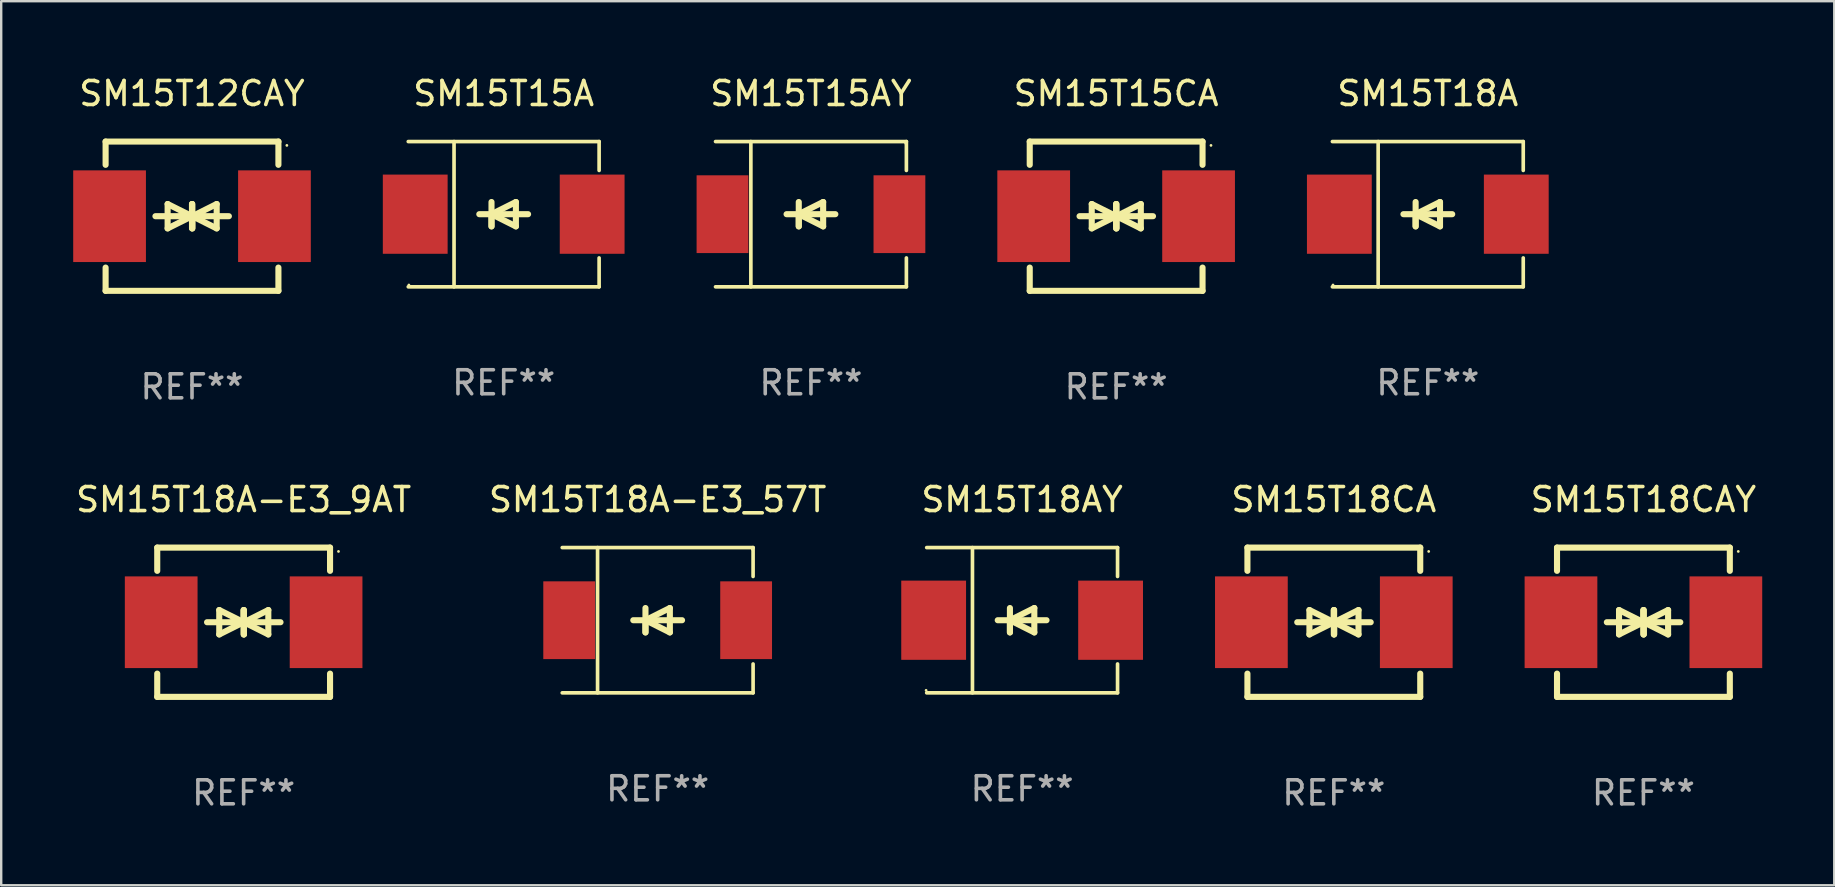
<source format=kicad_pcb>
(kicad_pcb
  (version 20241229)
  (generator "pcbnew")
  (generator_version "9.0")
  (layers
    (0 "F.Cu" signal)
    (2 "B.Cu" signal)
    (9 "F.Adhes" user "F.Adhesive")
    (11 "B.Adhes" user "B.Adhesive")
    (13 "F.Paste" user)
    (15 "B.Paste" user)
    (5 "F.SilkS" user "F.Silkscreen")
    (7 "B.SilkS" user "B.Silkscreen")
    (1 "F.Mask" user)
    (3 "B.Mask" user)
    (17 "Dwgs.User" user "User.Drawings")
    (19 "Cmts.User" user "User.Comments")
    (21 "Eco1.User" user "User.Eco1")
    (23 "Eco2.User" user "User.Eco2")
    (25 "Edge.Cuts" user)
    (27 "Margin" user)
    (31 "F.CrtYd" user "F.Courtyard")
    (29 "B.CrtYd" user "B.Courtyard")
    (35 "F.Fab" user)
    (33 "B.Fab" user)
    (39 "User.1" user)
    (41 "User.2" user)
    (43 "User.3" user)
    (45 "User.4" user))
  (footprint "SM15T18CAY"
    (layer "F.Cu")
    (at 65.422 22.875)
    (property "Reference" "SM15T18CAY" (at 0 -5.11 0) (layer "F.SilkS") (effects (font (size 1 1) (thickness 0.15))))
    (attr through_hole)
    (fp_line (start -3.6 -2.141) (end -3.6 -3.11) (stroke (width 0.254) (type solid)) (layer "F.SilkS"))
    (fp_line (start -3.6 3.11) (end -3.6 2.141) (stroke (width 0.254) (type solid)) (layer "F.SilkS"))
    (fp_line (start -1.524 0) (end 0.508 0) (stroke (width 0.254) (type solid)) (layer "F.SilkS"))
    (fp_line (start -1.016 -0.508) (end -1.016 0.508) (stroke (width 0.254) (type solid)) (layer "F.SilkS"))
    (fp_line (start -1.016 0.508) (end 0 0) (stroke (width 0.254) (type solid)) (layer "F.SilkS"))
    (fp_line (start 0 -0.508) (end 0 0.508) (stroke (width 0.254) (type solid)) (layer "F.SilkS"))
    (fp_line (start 0 0) (end -1.016 -0.508) (stroke (width 0.254) (type solid)) (layer "F.SilkS"))
    (fp_line (start 0 0) (end 0 -0.508) (stroke (width 0.254) (type solid)) (layer "F.SilkS"))
    (fp_line (start 0.012 0) (end 0.012 0.508) (stroke (width 0.254) (type solid)) (layer "F.SilkS"))
    (fp_line (start 0.012 0) (end 1.028 0.508) (stroke (width 0.254) (type solid)) (layer "F.SilkS"))
    (fp_line (start 0.012 0.508) (end 0.012 -0.508) (stroke (width 0.254) (type solid)) (layer "F.SilkS"))
    (fp_line (start 1.028 -0.508) (end 0.012 0) (stroke (width 0.254) (type solid)) (layer "F.SilkS"))
    (fp_line (start 1.028 0.508) (end 1.028 -0.508) (stroke (width 0.254) (type solid)) (layer "F.SilkS"))
    (fp_line (start 1.536 0) (end -0.496 0) (stroke (width 0.254) (type solid)) (layer "F.SilkS"))
    (fp_line (start 3.6 -3.11) (end -3.6 -3.11) (stroke (width 0.254) (type solid)) (layer "F.SilkS"))
    (fp_line (start 3.6 -2.141) (end 3.6 -3.11) (stroke (width 0.254) (type solid)) (layer "F.SilkS"))
    (fp_line (start 3.6 3.11) (end -3.6 3.11) (stroke (width 0.254) (type solid)) (layer "F.SilkS"))
    (fp_line (start 3.6 3.11) (end 3.6 2.141) (stroke (width 0.254) (type solid)) (layer "F.SilkS"))
    (fp_circle (center 3.952 -2.95) (end 3.982 -2.95) (stroke (width 0.06) (type solid)) (fill no) (layer "F.SilkS"))
    (fp_text user "REF**" (at 0 7.11 0) (layer "F.Fab") (effects (font (size 1 1) (thickness 0.15))))
    (pad "1" smd rect (at 3.435 0) (size 3.03 3.82) (layers "F.Cu" "F.Mask" "F.Paste"))
    (pad "2" smd rect (at -3.435 0) (size 3.03 3.82) (layers "F.Cu" "F.Mask" "F.Paste")))
  (footprint "SM15T15A"
    (layer "F.Cu")
    (at 17.936 5.874)
    (property "Reference" "SM15T15A" (at 0 -5.026 0) (layer "F.SilkS") (effects (font (size 1 1) (thickness 0.15))))
    (attr through_hole)
    (fp_line (start -3.976 -3.026) (end 3.976 -3.026) (stroke (width 0.152) (type solid)) (layer "F.SilkS"))
    (fp_line (start -3.976 3.026) (end 3.976 3.026) (stroke (width 0.152) (type solid)) (layer "F.SilkS"))
    (fp_line (start -2.069 -3.026) (end -2.069 3.026) (stroke (width 0.152) (type solid)) (layer "F.SilkS"))
    (fp_line (start -0.508 0) (end -0.508 0.508) (stroke (width 0.254) (type solid)) (layer "F.SilkS"))
    (fp_line (start -0.508 0) (end 0.508 0.508) (stroke (width 0.254) (type solid)) (layer "F.SilkS"))
    (fp_line (start -0.508 0.508) (end -0.508 -0.508) (stroke (width 0.254) (type solid)) (layer "F.SilkS"))
    (fp_line (start 0.508 -0.508) (end -0.508 0) (stroke (width 0.254) (type solid)) (layer "F.SilkS"))
    (fp_line (start 0.508 0.508) (end 0.508 -0.508) (stroke (width 0.254) (type solid)) (layer "F.SilkS"))
    (fp_line (start 1.016 0) (end -1.016 0) (stroke (width 0.254) (type solid)) (layer "F.SilkS"))
    (fp_line (start 3.976 -3.026) (end 3.976 -1.823) (stroke (width 0.152) (type solid)) (layer "F.SilkS"))
    (fp_line (start 3.976 3.026) (end 3.976 1.823) (stroke (width 0.152) (type solid)) (layer "F.SilkS"))
    (fp_circle (center -3.95 2.95) (end -3.92 2.95) (stroke (width 0.06) (type solid)) (fill no) (layer "F.SilkS"))
    (fp_text user "REF**" (at 0 7.026 0) (layer "F.Fab") (effects (font (size 1 1) (thickness 0.15))))
    (pad "1" smd rect (at -3.686 0) (size 2.7 3.3) (layers "F.Cu" "F.Mask" "F.Paste"))
    (pad "2" smd rect (at 3.686 0) (size 2.7 3.3) (layers "F.Cu" "F.Mask" "F.Paste")))
  (footprint "SM15T18AY"
    (layer "F.Cu")
    (at 39.536 22.791)
    (property "Reference" "SM15T18AY" (at 0 -5.026 0) (layer "F.SilkS") (effects (font (size 1 1) (thickness 0.15))))
    (attr through_hole)
    (fp_line (start -3.976 -3.026) (end 3.976 -3.026) (stroke (width 0.152) (type solid)) (layer "F.SilkS"))
    (fp_line (start -3.976 3.026) (end 3.976 3.026) (stroke (width 0.152) (type solid)) (layer "F.SilkS"))
    (fp_line (start -2.069 -3.026) (end -2.069 3.026) (stroke (width 0.152) (type solid)) (layer "F.SilkS"))
    (fp_line (start -0.508 0) (end -0.508 0.508) (stroke (width 0.254) (type solid)) (layer "F.SilkS"))
    (fp_line (start -0.508 0) (end 0.508 0.508) (stroke (width 0.254) (type solid)) (layer "F.SilkS"))
    (fp_line (start -0.508 0.508) (end -0.508 -0.508) (stroke (width 0.254) (type solid)) (layer "F.SilkS"))
    (fp_line (start 0.508 -0.508) (end -0.508 0) (stroke (width 0.254) (type solid)) (layer "F.SilkS"))
    (fp_line (start 0.508 0.508) (end 0.508 -0.508) (stroke (width 0.254) (type solid)) (layer "F.SilkS"))
    (fp_line (start 1.016 0) (end -1.016 0) (stroke (width 0.254) (type solid)) (layer "F.SilkS"))
    (fp_line (start 3.976 -3.026) (end 3.976 -1.823) (stroke (width 0.152) (type solid)) (layer "F.SilkS"))
    (fp_line (start 3.976 3.026) (end 3.976 1.823) (stroke (width 0.152) (type solid)) (layer "F.SilkS"))
    (fp_circle (center -4.001 2.921) (end -3.971 2.921) (stroke (width 0.06) (type solid)) (fill no) (layer "F.SilkS"))
    (fp_text user "REF**" (at 0 7.026 0) (layer "F.Fab") (effects (font (size 1 1) (thickness 0.15))))
    (pad "1" smd rect (at -3.686 0) (size 2.7 3.3) (layers "F.Cu" "F.Mask" "F.Paste"))
    (pad "2" smd rect (at 3.686 0) (size 2.7 3.3) (layers "F.Cu" "F.Mask" "F.Paste")))
  (footprint "SM15T15AY"
    (layer "F.Cu")
    (at 30.738 5.874)
    (property "Reference" "SM15T15AY" (at 0 -5.026 0) (layer "F.SilkS") (effects (font (size 1 1) (thickness 0.15))))
    (attr through_hole)
    (fp_line (start -3.976 -3.026) (end 3.976 -3.026) (stroke (width 0.152) (type solid)) (layer "F.SilkS"))
    (fp_line (start -3.976 3.026) (end 3.976 3.026) (stroke (width 0.152) (type solid)) (layer "F.SilkS"))
    (fp_line (start -2.504 -3.026) (end -2.504 3.026) (stroke (width 0.152) (type solid)) (layer "F.SilkS"))
    (fp_line (start -0.508 0) (end -0.508 0.508) (stroke (width 0.254) (type solid)) (layer "F.SilkS"))
    (fp_line (start -0.508 0) (end 0.508 0.508) (stroke (width 0.254) (type solid)) (layer "F.SilkS"))
    (fp_line (start -0.508 0.508) (end -0.508 -0.508) (stroke (width 0.254) (type solid)) (layer "F.SilkS"))
    (fp_line (start 0.508 -0.508) (end -0.508 0) (stroke (width 0.254) (type solid)) (layer "F.SilkS"))
    (fp_line (start 0.508 0.508) (end 0.508 -0.508) (stroke (width 0.254) (type solid)) (layer "F.SilkS"))
    (fp_line (start 1.016 0) (end -1.016 0) (stroke (width 0.254) (type solid)) (layer "F.SilkS"))
    (fp_line (start 3.976 -3.026) (end 3.976 -1.823) (stroke (width 0.152) (type solid)) (layer "F.SilkS"))
    (fp_line (start 3.976 3.026) (end 3.976 1.823) (stroke (width 0.152) (type solid)) (layer "F.SilkS"))
    (fp_circle (center 3.95 -2.95) (end 3.98 -2.95) (stroke (width 0.06) (type solid)) (fill no) (layer "F.SilkS"))
    (fp_text user "REF**" (at 0 7.026 0) (layer "F.Fab") (effects (font (size 1 1) (thickness 0.15))))
    (pad "1" smd rect (at 3.686 0 180) (size 2.158 3.24) (layers "F.Cu" "F.Mask" "F.Paste"))
    (pad "2" smd rect (at -3.686 0 180) (size 2.158 3.24) (layers "F.Cu" "F.Mask" "F.Paste")))
  (footprint "SM15T18CA"
    (layer "F.Cu")
    (at 52.523 22.875)
    (property "Reference" "SM15T18CA" (at 0 -5.11 0) (layer "F.SilkS") (effects (font (size 1 1) (thickness 0.15))))
    (attr through_hole)
    (fp_line (start -3.6 -2.141) (end -3.6 -3.11) (stroke (width 0.254) (type solid)) (layer "F.SilkS"))
    (fp_line (start -3.6 3.11) (end -3.6 2.141) (stroke (width 0.254) (type solid)) (layer "F.SilkS"))
    (fp_line (start -1.524 0) (end 0.508 0) (stroke (width 0.254) (type solid)) (layer "F.SilkS"))
    (fp_line (start -1.016 -0.508) (end -1.016 0.508) (stroke (width 0.254) (type solid)) (layer "F.SilkS"))
    (fp_line (start -1.016 0.508) (end 0 0) (stroke (width 0.254) (type solid)) (layer "F.SilkS"))
    (fp_line (start 0 -0.508) (end 0 0.508) (stroke (width 0.254) (type solid)) (layer "F.SilkS"))
    (fp_line (start 0 0) (end -1.016 -0.508) (stroke (width 0.254) (type solid)) (layer "F.SilkS"))
    (fp_line (start 0 0) (end 0 -0.508) (stroke (width 0.254) (type solid)) (layer "F.SilkS"))
    (fp_line (start 0.012 0) (end 0.012 0.508) (stroke (width 0.254) (type solid)) (layer "F.SilkS"))
    (fp_line (start 0.012 0) (end 1.028 0.508) (stroke (width 0.254) (type solid)) (layer "F.SilkS"))
    (fp_line (start 0.012 0.508) (end 0.012 -0.508) (stroke (width 0.254) (type solid)) (layer "F.SilkS"))
    (fp_line (start 1.028 -0.508) (end 0.012 0) (stroke (width 0.254) (type solid)) (layer "F.SilkS"))
    (fp_line (start 1.028 0.508) (end 1.028 -0.508) (stroke (width 0.254) (type solid)) (layer "F.SilkS"))
    (fp_line (start 1.536 0) (end -0.496 0) (stroke (width 0.254) (type solid)) (layer "F.SilkS"))
    (fp_line (start 3.6 -3.11) (end -3.6 -3.11) (stroke (width 0.254) (type solid)) (layer "F.SilkS"))
    (fp_line (start 3.6 -2.141) (end 3.6 -3.11) (stroke (width 0.254) (type solid)) (layer "F.SilkS"))
    (fp_line (start 3.6 3.11) (end -3.6 3.11) (stroke (width 0.254) (type solid)) (layer "F.SilkS"))
    (fp_line (start 3.6 3.11) (end 3.6 2.141) (stroke (width 0.254) (type solid)) (layer "F.SilkS"))
    (fp_circle (center 3.952 -2.95) (end 3.982 -2.95) (stroke (width 0.06) (type solid)) (fill no) (layer "F.SilkS"))
    (fp_text user "REF**" (at 0 7.11 0) (layer "F.Fab") (effects (font (size 1 1) (thickness 0.15))))
    (pad "1" smd rect (at 3.435 0) (size 3.03 3.82) (layers "F.Cu" "F.Mask" "F.Paste"))
    (pad "2" smd rect (at -3.435 0) (size 3.03 3.82) (layers "F.Cu" "F.Mask" "F.Paste")))
  (footprint "SM15T15CA"
    (layer "F.Cu")
    (at 43.453 5.958)
    (property "Reference" "SM15T15CA" (at 0 -5.11 0) (layer "F.SilkS") (effects (font (size 1 1) (thickness 0.15))))
    (attr through_hole)
    (fp_line (start -3.6 -2.141) (end -3.6 -3.11) (stroke (width 0.254) (type solid)) (layer "F.SilkS"))
    (fp_line (start -3.6 3.11) (end -3.6 2.141) (stroke (width 0.254) (type solid)) (layer "F.SilkS"))
    (fp_line (start -1.524 0) (end 0.508 0) (stroke (width 0.254) (type solid)) (layer "F.SilkS"))
    (fp_line (start -1.016 -0.508) (end -1.016 0.508) (stroke (width 0.254) (type solid)) (layer "F.SilkS"))
    (fp_line (start -1.016 0.508) (end 0 0) (stroke (width 0.254) (type solid)) (layer "F.SilkS"))
    (fp_line (start 0 -0.508) (end 0 0.508) (stroke (width 0.254) (type solid)) (layer "F.SilkS"))
    (fp_line (start 0 0) (end -1.016 -0.508) (stroke (width 0.254) (type solid)) (layer "F.SilkS"))
    (fp_line (start 0 0) (end 0 -0.508) (stroke (width 0.254) (type solid)) (layer "F.SilkS"))
    (fp_line (start 0.012 0) (end 0.012 0.508) (stroke (width 0.254) (type solid)) (layer "F.SilkS"))
    (fp_line (start 0.012 0) (end 1.028 0.508) (stroke (width 0.254) (type solid)) (layer "F.SilkS"))
    (fp_line (start 0.012 0.508) (end 0.012 -0.508) (stroke (width 0.254) (type solid)) (layer "F.SilkS"))
    (fp_line (start 1.028 -0.508) (end 0.012 0) (stroke (width 0.254) (type solid)) (layer "F.SilkS"))
    (fp_line (start 1.028 0.508) (end 1.028 -0.508) (stroke (width 0.254) (type solid)) (layer "F.SilkS"))
    (fp_line (start 1.536 0) (end -0.496 0) (stroke (width 0.254) (type solid)) (layer "F.SilkS"))
    (fp_line (start 3.6 -3.11) (end -3.6 -3.11) (stroke (width 0.254) (type solid)) (layer "F.SilkS"))
    (fp_line (start 3.6 -2.141) (end 3.6 -3.11) (stroke (width 0.254) (type solid)) (layer "F.SilkS"))
    (fp_line (start 3.6 3.11) (end -3.6 3.11) (stroke (width 0.254) (type solid)) (layer "F.SilkS"))
    (fp_line (start 3.6 3.11) (end 3.6 2.141) (stroke (width 0.254) (type solid)) (layer "F.SilkS"))
    (fp_circle (center 3.952 -2.95) (end 3.982 -2.95) (stroke (width 0.06) (type solid)) (fill no) (layer "F.SilkS"))
    (fp_text user "REF**" (at 0 7.11 0) (layer "F.Fab") (effects (font (size 1 1) (thickness 0.15))))
    (pad "1" smd rect (at 3.435 0) (size 3.03 3.82) (layers "F.Cu" "F.Mask" "F.Paste"))
    (pad "2" smd rect (at -3.435 0) (size 3.03 3.82) (layers "F.Cu" "F.Mask" "F.Paste")))
  (footprint "SM15T12CAY"
    (layer "F.Cu")
    (at 4.95 5.958)
    (property "Reference" "SM15T12CAY" (at 0 -5.11 0) (layer "F.SilkS") (effects (font (size 1 1) (thickness 0.15))))
    (attr through_hole)
    (fp_line (start -3.6 -2.141) (end -3.6 -3.11) (stroke (width 0.254) (type solid)) (layer "F.SilkS"))
    (fp_line (start -3.6 3.11) (end -3.6 2.141) (stroke (width 0.254) (type solid)) (layer "F.SilkS"))
    (fp_line (start -1.524 0) (end 0.508 0) (stroke (width 0.254) (type solid)) (layer "F.SilkS"))
    (fp_line (start -1.016 -0.508) (end -1.016 0.508) (stroke (width 0.254) (type solid)) (layer "F.SilkS"))
    (fp_line (start -1.016 0.508) (end 0 0) (stroke (width 0.254) (type solid)) (layer "F.SilkS"))
    (fp_line (start 0 -0.508) (end 0 0.508) (stroke (width 0.254) (type solid)) (layer "F.SilkS"))
    (fp_line (start 0 0) (end -1.016 -0.508) (stroke (width 0.254) (type solid)) (layer "F.SilkS"))
    (fp_line (start 0 0) (end 0 -0.508) (stroke (width 0.254) (type solid)) (layer "F.SilkS"))
    (fp_line (start 0.012 0) (end 0.012 0.508) (stroke (width 0.254) (type solid)) (layer "F.SilkS"))
    (fp_line (start 0.012 0) (end 1.028 0.508) (stroke (width 0.254) (type solid)) (layer "F.SilkS"))
    (fp_line (start 0.012 0.508) (end 0.012 -0.508) (stroke (width 0.254) (type solid)) (layer "F.SilkS"))
    (fp_line (start 1.028 -0.508) (end 0.012 0) (stroke (width 0.254) (type solid)) (layer "F.SilkS"))
    (fp_line (start 1.028 0.508) (end 1.028 -0.508) (stroke (width 0.254) (type solid)) (layer "F.SilkS"))
    (fp_line (start 1.536 0) (end -0.496 0) (stroke (width 0.254) (type solid)) (layer "F.SilkS"))
    (fp_line (start 3.6 -3.11) (end -3.6 -3.11) (stroke (width 0.254) (type solid)) (layer "F.SilkS"))
    (fp_line (start 3.6 -2.141) (end 3.6 -3.11) (stroke (width 0.254) (type solid)) (layer "F.SilkS"))
    (fp_line (start 3.6 3.11) (end -3.6 3.11) (stroke (width 0.254) (type solid)) (layer "F.SilkS"))
    (fp_line (start 3.6 3.11) (end 3.6 2.141) (stroke (width 0.254) (type solid)) (layer "F.SilkS"))
    (fp_circle (center 3.952 -2.95) (end 3.982 -2.95) (stroke (width 0.06) (type solid)) (fill no) (layer "F.SilkS"))
    (fp_text user "REF**" (at 0 7.11 0) (layer "F.Fab") (effects (font (size 1 1) (thickness 0.15))))
    (pad "1" smd rect (at 3.435 0) (size 3.03 3.82) (layers "F.Cu" "F.Mask" "F.Paste"))
    (pad "2" smd rect (at -3.435 0) (size 3.03 3.82) (layers "F.Cu" "F.Mask" "F.Paste")))
  (footprint "SM15T18A-E3_9AT"
    (layer "F.Cu")
    (at 7.101 22.875)
    (property "Reference" "SM15T18A-E3_9AT" (at 0 -5.11 0) (layer "F.SilkS") (effects (font (size 1 1) (thickness 0.15))))
    (attr through_hole)
    (fp_line (start -3.6 -2.141) (end -3.6 -3.11) (stroke (width 0.254) (type solid)) (layer "F.SilkS"))
    (fp_line (start -3.6 3.11) (end -3.6 2.141) (stroke (width 0.254) (type solid)) (layer "F.SilkS"))
    (fp_line (start -1.524 0) (end 0.508 0) (stroke (width 0.254) (type solid)) (layer "F.SilkS"))
    (fp_line (start -1.016 -0.508) (end -1.016 0.508) (stroke (width 0.254) (type solid)) (layer "F.SilkS"))
    (fp_line (start -1.016 0.508) (end 0 0) (stroke (width 0.254) (type solid)) (layer "F.SilkS"))
    (fp_line (start 0 -0.508) (end 0 0.508) (stroke (width 0.254) (type solid)) (layer "F.SilkS"))
    (fp_line (start 0 0) (end -1.016 -0.508) (stroke (width 0.254) (type solid)) (layer "F.SilkS"))
    (fp_line (start 0 0) (end 0 -0.508) (stroke (width 0.254) (type solid)) (layer "F.SilkS"))
    (fp_line (start 0.012 0) (end 0.012 0.508) (stroke (width 0.254) (type solid)) (layer "F.SilkS"))
    (fp_line (start 0.012 0) (end 1.028 0.508) (stroke (width 0.254) (type solid)) (layer "F.SilkS"))
    (fp_line (start 0.012 0.508) (end 0.012 -0.508) (stroke (width 0.254) (type solid)) (layer "F.SilkS"))
    (fp_line (start 1.028 -0.508) (end 0.012 0) (stroke (width 0.254) (type solid)) (layer "F.SilkS"))
    (fp_line (start 1.028 0.508) (end 1.028 -0.508) (stroke (width 0.254) (type solid)) (layer "F.SilkS"))
    (fp_line (start 1.536 0) (end -0.496 0) (stroke (width 0.254) (type solid)) (layer "F.SilkS"))
    (fp_line (start 3.6 -3.11) (end -3.6 -3.11) (stroke (width 0.254) (type solid)) (layer "F.SilkS"))
    (fp_line (start 3.6 -2.141) (end 3.6 -3.11) (stroke (width 0.254) (type solid)) (layer "F.SilkS"))
    (fp_line (start 3.6 3.11) (end -3.6 3.11) (stroke (width 0.254) (type solid)) (layer "F.SilkS"))
    (fp_line (start 3.6 3.11) (end 3.6 2.141) (stroke (width 0.254) (type solid)) (layer "F.SilkS"))
    (fp_circle (center 3.952 -2.95) (end 3.982 -2.95) (stroke (width 0.06) (type solid)) (fill no) (layer "F.SilkS"))
    (fp_text user "REF**" (at 0 7.11 0) (layer "F.Fab") (effects (font (size 1 1) (thickness 0.15))))
    (pad "1" smd rect (at 3.435 0) (size 3.03 3.82) (layers "F.Cu" "F.Mask" "F.Paste"))
    (pad "2" smd rect (at -3.435 0) (size 3.03 3.82) (layers "F.Cu" "F.Mask" "F.Paste")))
  (footprint "SM15T18A-E3_57T"
    (layer "F.Cu")
    (at 24.351 22.791)
    (property "Reference" "SM15T18A-E3_57T" (at 0 -5.026 0) (layer "F.SilkS") (effects (font (size 1 1) (thickness 0.15))))
    (attr through_hole)
    (fp_line (start -3.976 -3.026) (end 3.976 -3.026) (stroke (width 0.152) (type solid)) (layer "F.SilkS"))
    (fp_line (start -3.976 3.026) (end 3.976 3.026) (stroke (width 0.152) (type solid)) (layer "F.SilkS"))
    (fp_line (start -2.504 -3.026) (end -2.504 3.026) (stroke (width 0.152) (type solid)) (layer "F.SilkS"))
    (fp_line (start -0.508 0) (end -0.508 0.508) (stroke (width 0.254) (type solid)) (layer "F.SilkS"))
    (fp_line (start -0.508 0) (end 0.508 0.508) (stroke (width 0.254) (type solid)) (layer "F.SilkS"))
    (fp_line (start -0.508 0.508) (end -0.508 -0.508) (stroke (width 0.254) (type solid)) (layer "F.SilkS"))
    (fp_line (start 0.508 -0.508) (end -0.508 0) (stroke (width 0.254) (type solid)) (layer "F.SilkS"))
    (fp_line (start 0.508 0.508) (end 0.508 -0.508) (stroke (width 0.254) (type solid)) (layer "F.SilkS"))
    (fp_line (start 1.016 0) (end -1.016 0) (stroke (width 0.254) (type solid)) (layer "F.SilkS"))
    (fp_line (start 3.976 -3.026) (end 3.976 -1.823) (stroke (width 0.152) (type solid)) (layer "F.SilkS"))
    (fp_line (start 3.976 3.026) (end 3.976 1.823) (stroke (width 0.152) (type solid)) (layer "F.SilkS"))
    (fp_circle (center 3.95 -2.95) (end 3.98 -2.95) (stroke (width 0.06) (type solid)) (fill no) (layer "F.SilkS"))
    (fp_text user "REF**" (at 0 7.026 0) (layer "F.Fab") (effects (font (size 1 1) (thickness 0.15))))
    (pad "1" smd rect (at 3.686 0 180) (size 2.158 3.24) (layers "F.Cu" "F.Mask" "F.Paste"))
    (pad "2" smd rect (at -3.686 0 180) (size 2.158 3.24) (layers "F.Cu" "F.Mask" "F.Paste")))
  (footprint "SM15T18A"
    (layer "F.Cu")
    (at 56.439 5.874)
    (property "Reference" "SM15T18A" (at 0 -5.026 0) (layer "F.SilkS") (effects (font (size 1 1) (thickness 0.15))))
    (attr through_hole)
    (fp_line (start -3.976 -3.026) (end 3.976 -3.026) (stroke (width 0.152) (type solid)) (layer "F.SilkS"))
    (fp_line (start -3.976 3.026) (end 3.976 3.026) (stroke (width 0.152) (type solid)) (layer "F.SilkS"))
    (fp_line (start -2.069 -3.026) (end -2.069 3.026) (stroke (width 0.152) (type solid)) (layer "F.SilkS"))
    (fp_line (start -0.508 0) (end -0.508 0.508) (stroke (width 0.254) (type solid)) (layer "F.SilkS"))
    (fp_line (start -0.508 0) (end 0.508 0.508) (stroke (width 0.254) (type solid)) (layer "F.SilkS"))
    (fp_line (start -0.508 0.508) (end -0.508 -0.508) (stroke (width 0.254) (type solid)) (layer "F.SilkS"))
    (fp_line (start 0.508 -0.508) (end -0.508 0) (stroke (width 0.254) (type solid)) (layer "F.SilkS"))
    (fp_line (start 0.508 0.508) (end 0.508 -0.508) (stroke (width 0.254) (type solid)) (layer "F.SilkS"))
    (fp_line (start 1.016 0) (end -1.016 0) (stroke (width 0.254) (type solid)) (layer "F.SilkS"))
    (fp_line (start 3.976 -3.026) (end 3.976 -1.823) (stroke (width 0.152) (type solid)) (layer "F.SilkS"))
    (fp_line (start 3.976 3.026) (end 3.976 1.823) (stroke (width 0.152) (type solid)) (layer "F.SilkS"))
    (fp_circle (center -3.95 2.95) (end -3.92 2.95) (stroke (width 0.06) (type solid)) (fill no) (layer "F.SilkS"))
    (fp_text user "REF**" (at 0 7.026 0) (layer "F.Fab") (effects (font (size 1 1) (thickness 0.15))))
    (pad "1" smd rect (at -3.686 0) (size 2.7 3.3) (layers "F.Cu" "F.Mask" "F.Paste"))
    (pad "2" smd rect (at 3.686 0) (size 2.7 3.3) (layers "F.Cu" "F.Mask" "F.Paste")))
  (gr_rect
    (start -3 -3)
    (end 73.373 33.833)
    (stroke (width 0.1) (type default))
    (fill no)
    (layer "Edge.Cuts")))
</source>
